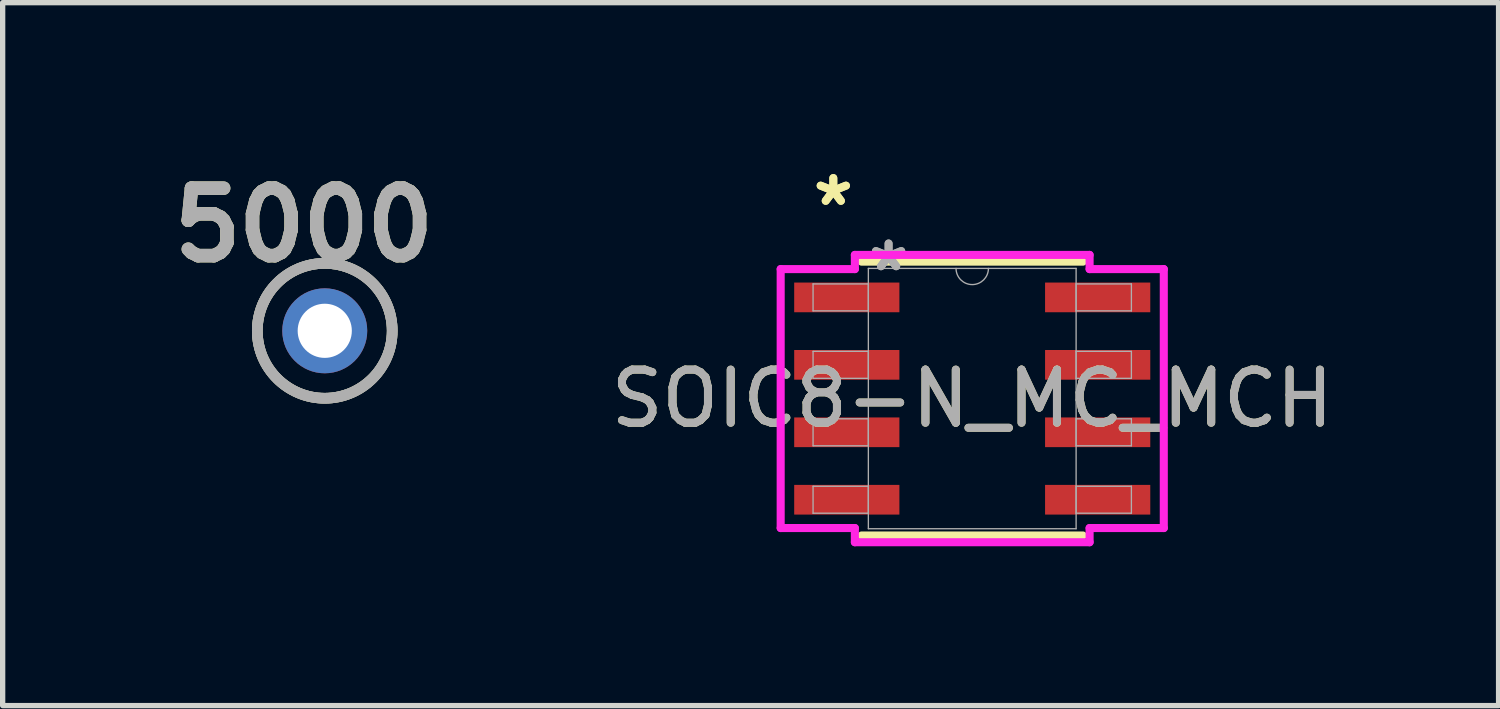
<source format=kicad_pcb>
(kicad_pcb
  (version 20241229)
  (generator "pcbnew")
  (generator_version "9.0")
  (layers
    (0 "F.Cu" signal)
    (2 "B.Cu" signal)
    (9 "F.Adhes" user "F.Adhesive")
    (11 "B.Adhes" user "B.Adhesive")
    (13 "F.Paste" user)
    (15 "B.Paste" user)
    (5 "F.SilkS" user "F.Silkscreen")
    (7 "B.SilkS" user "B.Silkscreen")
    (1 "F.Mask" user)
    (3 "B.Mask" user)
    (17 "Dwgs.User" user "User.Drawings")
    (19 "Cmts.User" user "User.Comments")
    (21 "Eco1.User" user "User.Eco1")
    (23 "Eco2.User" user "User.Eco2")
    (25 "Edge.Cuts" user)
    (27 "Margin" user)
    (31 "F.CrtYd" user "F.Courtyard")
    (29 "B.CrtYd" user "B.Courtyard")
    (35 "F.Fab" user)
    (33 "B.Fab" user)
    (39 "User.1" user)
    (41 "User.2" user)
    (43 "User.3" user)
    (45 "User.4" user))
  (footprint "5000"
    (layer "F.Cu")
    (at 3.065 3.179)
    (property "Reference" "5000" (at -0.392 -1.99 0) (layer "F.SilkS") (effects (font (size 1.27 1.27) (thickness 0.254))))
    (attr through_hole)
    (fp_circle (center 0 0) (end 0 1.27) (stroke (width 0.2) (type solid)) (fill no) (layer "F.SilkS"))
    (fp_circle (center 0 0) (end 0 1.27) (stroke (width 0.2) (type solid)) (fill no) (layer "F.Fab"))
    (fp_circle (center 0 0) (end 0 1.27) (stroke (width 0.2) (type solid)) (fill no) (layer "F.Fab"))
    (fp_text user "${REFERENCE}" (at -0.392 -1.99 0) (layer "F.Fab") (effects (font (size 1.27 1.27) (thickness 0.254))))
    (pad "1" thru_hole circle (at 0 0) (size 1.6 1.6) (drill 1.02) (layers "*.Cu" "*.Mask")))
  (footprint "SOIC8-N_MC_MCH"
    (layer "F.Cu")
    (at 15.257 4.455)
    (property "Reference" "SOIC8-N_MC_MCH" (at 0 0 0) (unlocked yes) (layer "F.SilkS") (effects (font (size 1 1) (thickness 0.15))))
    (attr smd)
    (fp_line (start -2.083 2.578) (end 2.083 2.578) (stroke (width 0.152) (type solid)) (layer "F.SilkS"))
    (fp_line (start 2.083 -2.578) (end -2.083 -2.578) (stroke (width 0.152) (type solid)) (layer "F.SilkS"))
    (fp_line (start -3.607 -2.438) (end -2.21 -2.438) (stroke (width 0.152) (type solid)) (layer "F.CrtYd"))
    (fp_line (start -3.607 2.438) (end -3.607 -2.438) (stroke (width 0.152) (type solid)) (layer "F.CrtYd"))
    (fp_line (start -3.607 2.438) (end -2.21 2.438) (stroke (width 0.152) (type solid)) (layer "F.CrtYd"))
    (fp_line (start -2.21 -2.705) (end 2.21 -2.705) (stroke (width 0.152) (type solid)) (layer "F.CrtYd"))
    (fp_line (start -2.21 -2.438) (end -2.21 -2.705) (stroke (width 0.152) (type solid)) (layer "F.CrtYd"))
    (fp_line (start -2.21 2.705) (end -2.21 2.438) (stroke (width 0.152) (type solid)) (layer "F.CrtYd"))
    (fp_line (start 2.21 -2.705) (end 2.21 -2.438) (stroke (width 0.152) (type solid)) (layer "F.CrtYd"))
    (fp_line (start 2.21 2.438) (end 2.21 2.705) (stroke (width 0.152) (type solid)) (layer "F.CrtYd"))
    (fp_line (start 2.21 2.705) (end -2.21 2.705) (stroke (width 0.152) (type solid)) (layer "F.CrtYd"))
    (fp_line (start 3.607 -2.438) (end 2.21 -2.438) (stroke (width 0.152) (type solid)) (layer "F.CrtYd"))
    (fp_line (start 3.607 -2.438) (end 3.607 2.438) (stroke (width 0.152) (type solid)) (layer "F.CrtYd"))
    (fp_line (start 3.607 2.438) (end 2.21 2.438) (stroke (width 0.152) (type solid)) (layer "F.CrtYd"))
    (fp_line (start -2.997 -2.159) (end -2.997 -1.651) (stroke (width 0.025) (type solid)) (layer "F.Fab"))
    (fp_line (start -2.997 -1.651) (end -1.956 -1.651) (stroke (width 0.025) (type solid)) (layer "F.Fab"))
    (fp_line (start -2.997 -0.889) (end -2.997 -0.381) (stroke (width 0.025) (type solid)) (layer "F.Fab"))
    (fp_line (start -2.997 -0.381) (end -1.956 -0.381) (stroke (width 0.025) (type solid)) (layer "F.Fab"))
    (fp_line (start -2.997 0.381) (end -2.997 0.889) (stroke (width 0.025) (type solid)) (layer "F.Fab"))
    (fp_line (start -2.997 0.889) (end -1.956 0.889) (stroke (width 0.025) (type solid)) (layer "F.Fab"))
    (fp_line (start -2.997 1.651) (end -2.997 2.159) (stroke (width 0.025) (type solid)) (layer "F.Fab"))
    (fp_line (start -2.997 2.159) (end -1.956 2.159) (stroke (width 0.025) (type solid)) (layer "F.Fab"))
    (fp_line (start -1.956 -2.451) (end -1.956 2.451) (stroke (width 0.025) (type solid)) (layer "F.Fab"))
    (fp_line (start -1.956 -2.159) (end -2.997 -2.159) (stroke (width 0.025) (type solid)) (layer "F.Fab"))
    (fp_line (start -1.956 -1.651) (end -1.956 -2.159) (stroke (width 0.025) (type solid)) (layer "F.Fab"))
    (fp_line (start -1.956 -0.889) (end -2.997 -0.889) (stroke (width 0.025) (type solid)) (layer "F.Fab"))
    (fp_line (start -1.956 -0.381) (end -1.956 -0.889) (stroke (width 0.025) (type solid)) (layer "F.Fab"))
    (fp_line (start -1.956 0.381) (end -2.997 0.381) (stroke (width 0.025) (type solid)) (layer "F.Fab"))
    (fp_line (start -1.956 0.889) (end -1.956 0.381) (stroke (width 0.025) (type solid)) (layer "F.Fab"))
    (fp_line (start -1.956 1.651) (end -2.997 1.651) (stroke (width 0.025) (type solid)) (layer "F.Fab"))
    (fp_line (start -1.956 2.159) (end -1.956 1.651) (stroke (width 0.025) (type solid)) (layer "F.Fab"))
    (fp_line (start -1.956 2.451) (end 1.956 2.451) (stroke (width 0.025) (type solid)) (layer "F.Fab"))
    (fp_line (start 1.956 -2.451) (end -1.956 -2.451) (stroke (width 0.025) (type solid)) (layer "F.Fab"))
    (fp_line (start 1.956 -2.159) (end 1.956 -1.651) (stroke (width 0.025) (type solid)) (layer "F.Fab"))
    (fp_line (start 1.956 -1.651) (end 2.997 -1.651) (stroke (width 0.025) (type solid)) (layer "F.Fab"))
    (fp_line (start 1.956 -0.889) (end 1.956 -0.381) (stroke (width 0.025) (type solid)) (layer "F.Fab"))
    (fp_line (start 1.956 -0.381) (end 2.997 -0.381) (stroke (width 0.025) (type solid)) (layer "F.Fab"))
    (fp_line (start 1.956 0.381) (end 1.956 0.889) (stroke (width 0.025) (type solid)) (layer "F.Fab"))
    (fp_line (start 1.956 0.889) (end 2.997 0.889) (stroke (width 0.025) (type solid)) (layer "F.Fab"))
    (fp_line (start 1.956 1.651) (end 1.956 2.159) (stroke (width 0.025) (type solid)) (layer "F.Fab"))
    (fp_line (start 1.956 2.159) (end 2.997 2.159) (stroke (width 0.025) (type solid)) (layer "F.Fab"))
    (fp_line (start 1.956 2.451) (end 1.956 -2.451) (stroke (width 0.025) (type solid)) (layer "F.Fab"))
    (fp_line (start 2.997 -2.159) (end 1.956 -2.159) (stroke (width 0.025) (type solid)) (layer "F.Fab"))
    (fp_line (start 2.997 -1.651) (end 2.997 -2.159) (stroke (width 0.025) (type solid)) (layer "F.Fab"))
    (fp_line (start 2.997 -0.889) (end 1.956 -0.889) (stroke (width 0.025) (type solid)) (layer "F.Fab"))
    (fp_line (start 2.997 -0.381) (end 2.997 -0.889) (stroke (width 0.025) (type solid)) (layer "F.Fab"))
    (fp_line (start 2.997 0.381) (end 1.956 0.381) (stroke (width 0.025) (type solid)) (layer "F.Fab"))
    (fp_line (start 2.997 0.889) (end 2.997 0.381) (stroke (width 0.025) (type solid)) (layer "F.Fab"))
    (fp_line (start 2.997 1.651) (end 1.956 1.651) (stroke (width 0.025) (type solid)) (layer "F.Fab"))
    (fp_line (start 2.997 2.159) (end 2.997 1.651) (stroke (width 0.025) (type solid)) (layer "F.Fab"))
    (fp_arc (start 0.3048 -2.4511) (mid 0 -2.1463) (end -0.3048 -2.4511) (stroke (width 0.0254) (type solid)) (layer "F.Fab"))
    (fp_text user "*" (at -2.616 -3.607 0) (unlocked yes) (layer "F.SilkS") (effects (font (size 1 1) (thickness 0.15))))
    (fp_text user "*" (at -2.616 -3.607 0) (layer "F.SilkS") (effects (font (size 1 1) (thickness 0.15))))
    (fp_text user "*" (at -1.575 -2.375 0) (layer "F.Fab") (effects (font (size 1 1) (thickness 0.15))))
    (fp_text user "*" (at -1.575 -2.375 0) (unlocked yes) (layer "F.Fab") (effects (font (size 1 1) (thickness 0.15))))
    (fp_text user "${REFERENCE}" (at 0 0 0) (unlocked yes) (layer "F.Fab") (effects (font (size 1 1) (thickness 0.15))))
    (pad "1" smd rect (at -2.362 -1.905) (size 1.981 0.559) (layers "F.Cu" "F.Mask" "F.Paste"))
    (pad "2" smd rect (at -2.362 -0.635) (size 1.981 0.559) (layers "F.Cu" "F.Mask" "F.Paste"))
    (pad "3" smd rect (at -2.362 0.635) (size 1.981 0.559) (layers "F.Cu" "F.Mask" "F.Paste"))
    (pad "4" smd rect (at -2.362 1.905) (size 1.981 0.559) (layers "F.Cu" "F.Mask" "F.Paste"))
    (pad "5" smd rect (at 2.362 1.905) (size 1.981 0.559) (layers "F.Cu" "F.Mask" "F.Paste"))
    (pad "6" smd rect (at 2.362 0.635) (size 1.981 0.559) (layers "F.Cu" "F.Mask" "F.Paste"))
    (pad "7" smd rect (at 2.362 -0.635) (size 1.981 0.559) (layers "F.Cu" "F.Mask" "F.Paste"))
    (pad "8" smd rect (at 2.362 -1.905) (size 1.981 0.559) (layers "F.Cu" "F.Mask" "F.Paste")))
  (gr_rect
    (start -3 -3)
    (end 25.168 10.236)
    (stroke (width 0.1) (type default))
    (fill no)
    (layer "Edge.Cuts")))
</source>
